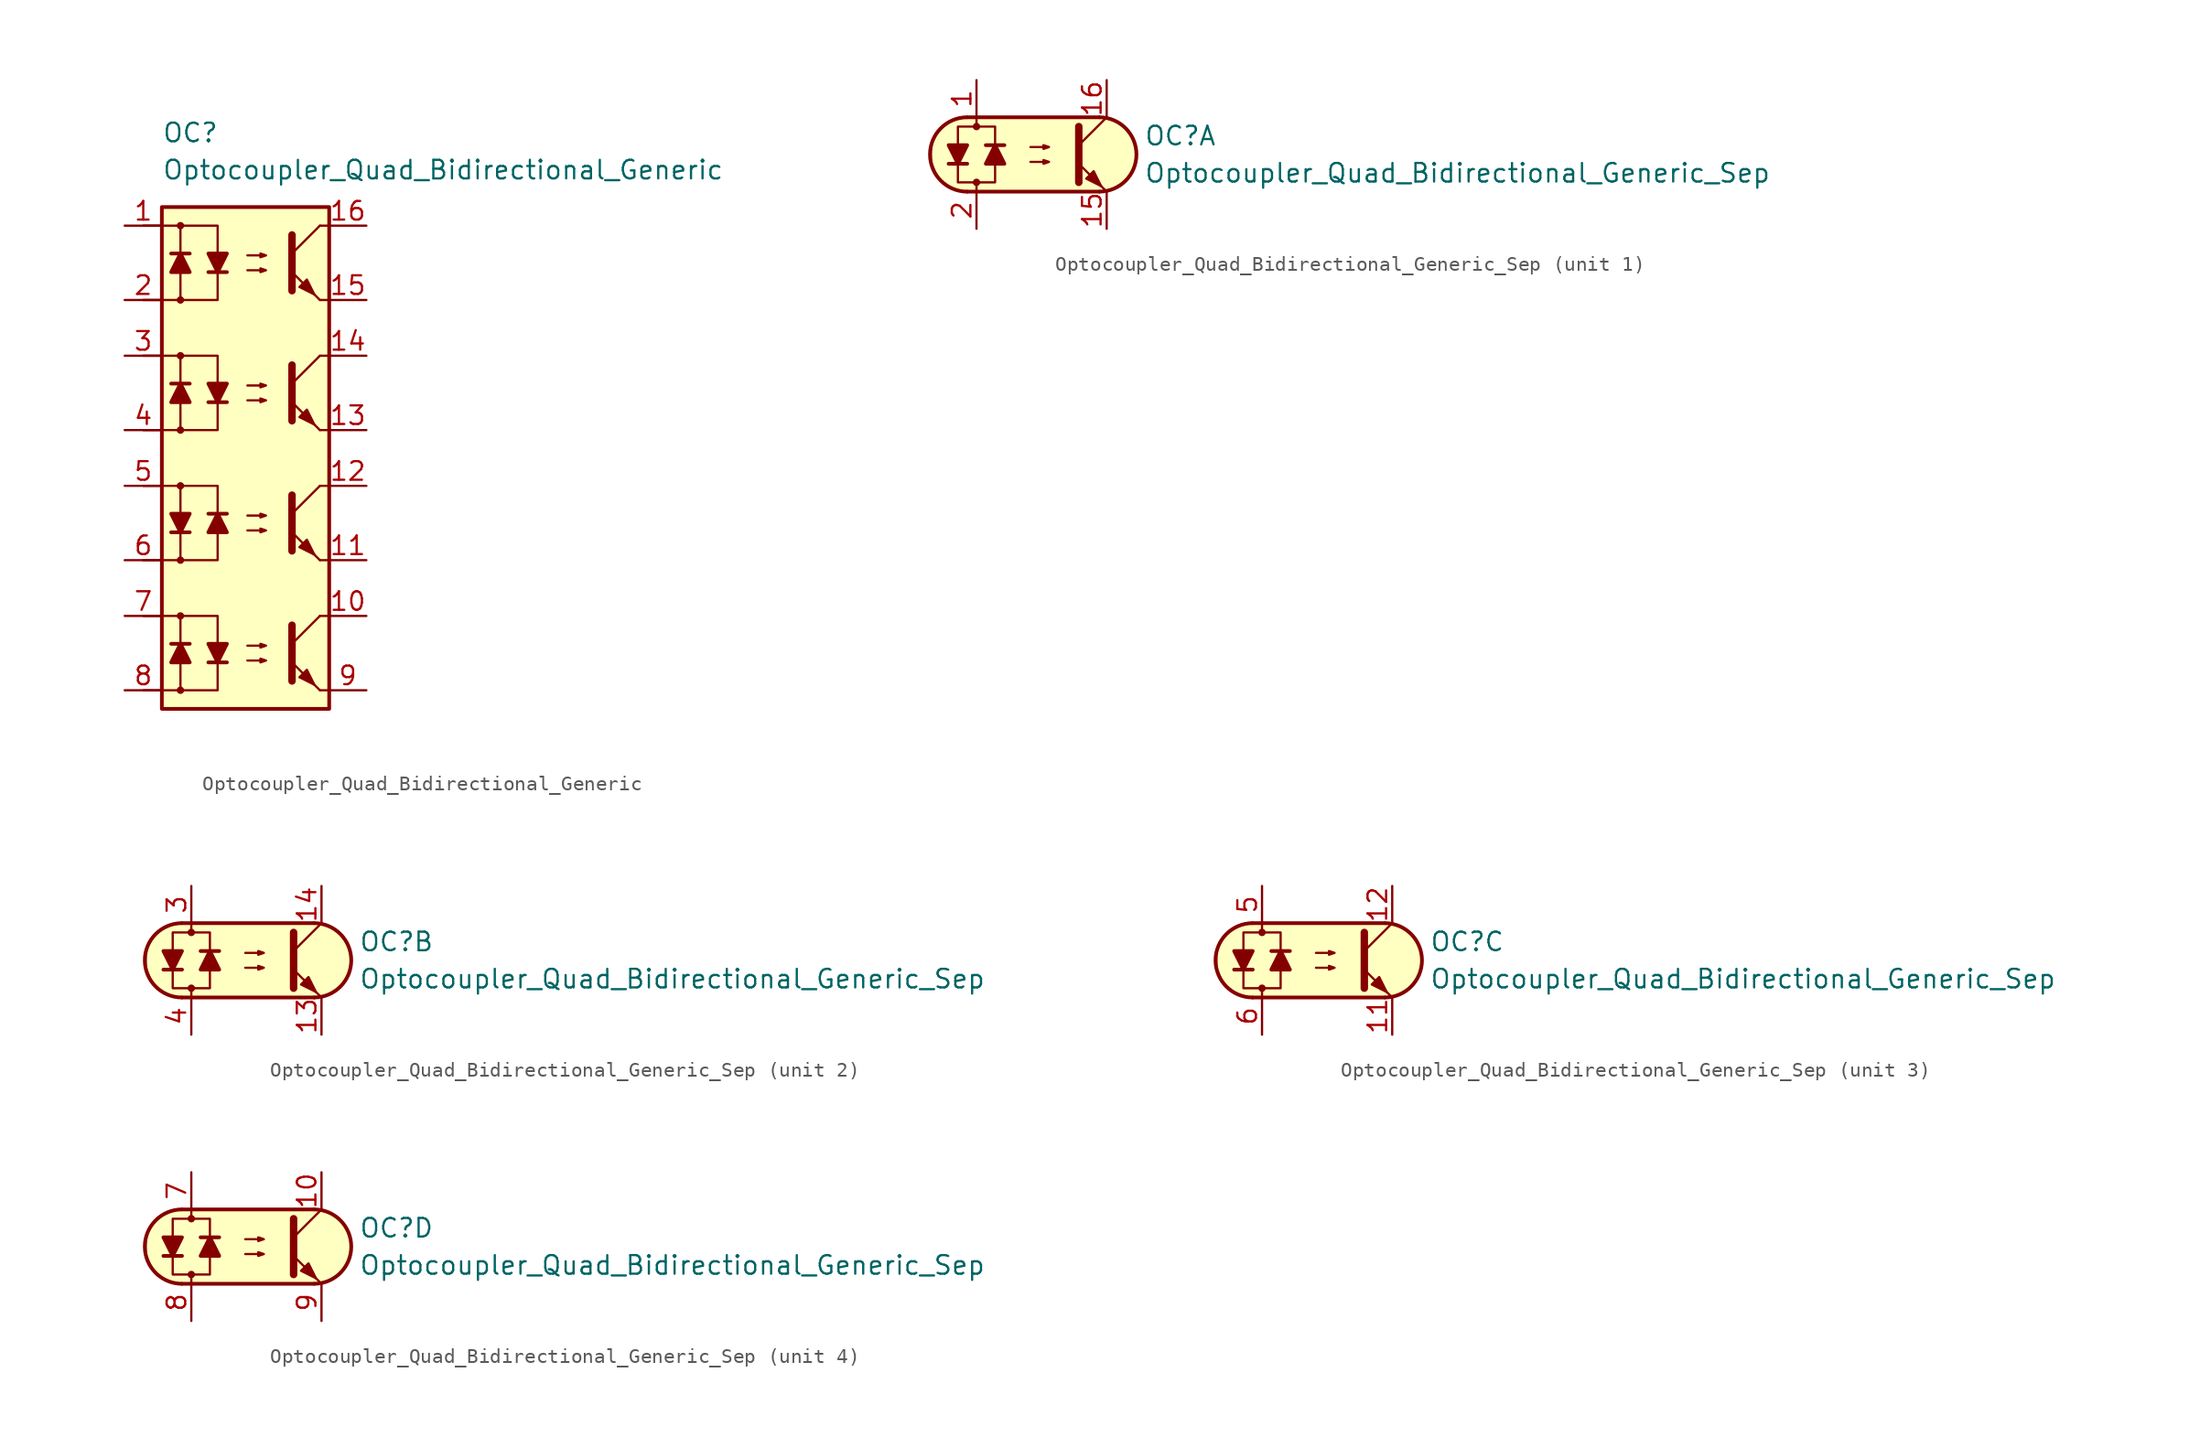
<source format=kicad_sym>
(kicad_symbol_lib
  (version 20231120)
  (generator "kicad_symbol_editor")
  (generator_version "8.0")
  (symbol "Optocoupler_Quad_Bidirectional_Generic"
    (pin_names
      (offset 1.016))
    (property "Reference" "OC"
      (at -6.35 17.78 0)
      (effects (font (size 1.27 1.27)) (justify left)))
    (property "Value" "Optocoupler_Quad_Bidirectional_Generic"
      (at -6.35 15.24 0)
      (effects (font (size 1.27 1.27)) (justify left)))
    (symbol "Optocoupler_Quad_Bidirectional_Generic_0_1"
      (rectangle (start -6.35 12.7) (end 5.08 -21.59) (stroke (width 0.254) (type default)) (fill (type background)))
      (polyline (pts (xy -3.175 8.255) (xy -1.905 8.255)) (stroke (width 0.254) (type default)) (fill (type none)))
      (polyline (pts (xy 2.54 9.525) (xy 4.445 11.43)) (stroke (width 0) (type default)) (fill (type none)))
      (polyline (pts (xy 4.445 6.35) (xy 2.54 8.255)) (stroke (width 0) (type default)) (fill (type outline)))
      (polyline (pts (xy 4.445 6.35) (xy 5.08 6.35)) (stroke (width 0) (type default)) (fill (type none)))
      (polyline (pts (xy 4.445 11.43) (xy 5.08 11.43)) (stroke (width 0) (type default)) (fill (type none)))
      (polyline (pts (xy -5.08 11.43) (xy -2.54 11.43) (xy -2.54 8.255)) (stroke (width 0) (type default)) (fill (type none)))
      (polyline (pts (xy -2.54 8.255) (xy -2.54 6.35) (xy -5.08 6.35)) (stroke (width 0) (type default)) (fill (type none)))
      (polyline (pts (xy 2.54 10.795) (xy 2.54 6.985) (xy 2.54 6.985)) (stroke (width 0.508) (type default)) (fill (type none)))
      (polyline (pts (xy -2.54 8.255) (xy -3.175 9.525) (xy -1.905 9.525) (xy -2.54 8.255)) (stroke (width 0.254) (type default)) (fill (type outline)))
      (polyline (pts (xy -0.508 8.382) (xy 0.762 8.382) (xy 0.381 8.255) (xy 0.381 8.509) (xy 0.762 8.382)) (stroke (width 0) (type default)) (fill (type none)))
      (polyline (pts (xy -0.508 9.398) (xy 0.762 9.398) (xy 0.381 9.271) (xy 0.381 9.525) (xy 0.762 9.398)) (stroke (width 0) (type default)) (fill (type none)))
      (polyline (pts (xy 3.048 7.239) (xy 3.556 7.747) (xy 4.064 6.731) (xy 3.048 7.239) (xy 3.048 7.239)) (stroke (width 0) (type default)) (fill (type outline))))
    (symbol "Optocoupler_Quad_Bidirectional_Generic_1_1"
      (circle (center -5.08 -20.32) (radius 0.178) (stroke (width 0) (type default)) (fill (type outline)))
      (circle (center -5.08 -15.24) (radius 0.178) (stroke (width 0) (type default)) (fill (type outline)))
      (circle (center -5.08 -11.43) (radius 0.178) (stroke (width 0) (type default)) (fill (type outline)))
      (circle (center -5.08 -6.35) (radius 0.178) (stroke (width 0) (type default)) (fill (type outline)))
      (circle (center -5.08 -2.54) (radius 0.178) (stroke (width 0) (type default)) (fill (type outline)))
      (circle (center -5.08 2.54) (radius 0.178) (stroke (width 0) (type default)) (fill (type outline)))
      (circle (center -5.08 6.35) (radius 0.178) (stroke (width 0) (type default)) (fill (type outline)))
      (circle (center -5.08 11.43) (radius 0.178) (stroke (width 0) (type default)) (fill (type outline)))
      (polyline (pts (xy -5.715 -9.525) (xy -4.445 -9.525)) (stroke (width 0.254) (type default)) (fill (type none)))
      (polyline (pts (xy -4.445 -17.145) (xy -5.715 -17.145)) (stroke (width 0.254) (type default)) (fill (type none)))
      (polyline (pts (xy -4.445 0.635) (xy -5.715 0.635)) (stroke (width 0.254) (type default)) (fill (type none)))
      (polyline (pts (xy -4.445 9.525) (xy -5.715 9.525)) (stroke (width 0.254) (type default)) (fill (type none)))
      (polyline (pts (xy -3.175 -18.415) (xy -1.905 -18.415)) (stroke (width 0.254) (type default)) (fill (type none)))
      (polyline (pts (xy -3.175 -0.635) (xy -1.905 -0.635)) (stroke (width 0.254) (type default)) (fill (type none)))
      (polyline (pts (xy -1.905 -8.255) (xy -3.175 -8.255)) (stroke (width 0.254) (type default)) (fill (type none)))
      (polyline (pts (xy 2.54 -17.145) (xy 4.445 -15.24)) (stroke (width 0) (type default)) (fill (type none)))
      (polyline (pts (xy 2.54 -8.255) (xy 4.445 -6.35)) (stroke (width 0) (type default)) (fill (type none)))
      (polyline (pts (xy 2.54 0.635) (xy 4.445 2.54)) (stroke (width 0) (type default)) (fill (type none)))
      (polyline (pts (xy 4.445 -20.32) (xy 2.54 -18.415)) (stroke (width 0) (type default)) (fill (type outline)))
      (polyline (pts (xy 4.445 -20.32) (xy 5.08 -20.32)) (stroke (width 0) (type default)) (fill (type none)))
      (polyline (pts (xy 4.445 -15.24) (xy 5.08 -15.24)) (stroke (width 0) (type default)) (fill (type none)))
      (polyline (pts (xy 4.445 -11.43) (xy 2.54 -9.525)) (stroke (width 0) (type default)) (fill (type outline)))
      (polyline (pts (xy 4.445 -11.43) (xy 5.08 -11.43)) (stroke (width 0) (type default)) (fill (type none)))
      (polyline (pts (xy 4.445 -6.35) (xy 5.08 -6.35)) (stroke (width 0) (type default)) (fill (type none)))
      (polyline (pts (xy 4.445 -2.54) (xy 2.54 -0.635)) (stroke (width 0) (type default)) (fill (type outline)))
      (polyline (pts (xy 4.445 -2.54) (xy 5.08 -2.54)) (stroke (width 0) (type default)) (fill (type none)))
      (polyline (pts (xy 4.445 2.54) (xy 5.08 2.54)) (stroke (width 0) (type default)) (fill (type none)))
      (polyline (pts (xy -7.62 -20.32) (xy -5.08 -20.32) (xy -5.08 -17.145)) (stroke (width 0) (type default)) (fill (type none)))
      (polyline (pts (xy -7.62 -6.35) (xy -5.08 -6.35) (xy -5.08 -9.525)) (stroke (width 0) (type default)) (fill (type none)))
      (polyline (pts (xy -7.62 -2.54) (xy -5.08 -2.54) (xy -5.08 0.635)) (stroke (width 0) (type default)) (fill (type none)))
      (polyline (pts (xy -7.62 6.35) (xy -5.08 6.35) (xy -5.08 9.525)) (stroke (width 0) (type default)) (fill (type none)))
      (polyline (pts (xy -5.08 -17.145) (xy -5.08 -15.24) (xy -7.62 -15.24)) (stroke (width 0) (type default)) (fill (type none)))
      (polyline (pts (xy -5.08 -15.24) (xy -2.54 -15.24) (xy -2.54 -18.415)) (stroke (width 0) (type default)) (fill (type none)))
      (polyline (pts (xy -5.08 -11.43) (xy -2.54 -11.43) (xy -2.54 -8.255)) (stroke (width 0) (type default)) (fill (type none)))
      (polyline (pts (xy -5.08 -9.525) (xy -5.08 -11.43) (xy -7.62 -11.43)) (stroke (width 0) (type default)) (fill (type none)))
      (polyline (pts (xy -5.08 0.635) (xy -5.08 2.54) (xy -7.62 2.54)) (stroke (width 0) (type default)) (fill (type none)))
      (polyline (pts (xy -5.08 2.54) (xy -2.54 2.54) (xy -2.54 -0.635)) (stroke (width 0) (type default)) (fill (type none)))
      (polyline (pts (xy -5.08 9.525) (xy -5.08 11.43) (xy -7.62 11.43)) (stroke (width 0) (type default)) (fill (type none)))
      (polyline (pts (xy -2.54 -18.415) (xy -2.54 -20.32) (xy -5.08 -20.32)) (stroke (width 0) (type default)) (fill (type none)))
      (polyline (pts (xy -2.54 -8.255) (xy -2.54 -6.35) (xy -5.08 -6.35)) (stroke (width 0) (type default)) (fill (type none)))
      (polyline (pts (xy -2.54 -0.635) (xy -2.54 -2.54) (xy -5.08 -2.54)) (stroke (width 0) (type default)) (fill (type none)))
      (polyline (pts (xy 2.54 -15.875) (xy 2.54 -19.685) (xy 2.54 -19.685)) (stroke (width 0.508) (type default)) (fill (type none)))
      (polyline (pts (xy 2.54 -6.985) (xy 2.54 -10.795) (xy 2.54 -10.795)) (stroke (width 0.508) (type default)) (fill (type none)))
      (polyline (pts (xy 2.54 1.905) (xy 2.54 -1.905) (xy 2.54 -1.905)) (stroke (width 0.508) (type default)) (fill (type none)))
      (polyline (pts (xy -5.08 -17.145) (xy -4.445 -18.415) (xy -5.715 -18.415) (xy -5.08 -17.145)) (stroke (width 0.254) (type default)) (fill (type outline)))
      (polyline (pts (xy -5.08 -9.525) (xy -5.715 -8.255) (xy -4.445 -8.255) (xy -5.08 -9.525)) (stroke (width 0.254) (type default)) (fill (type outline)))
      (polyline (pts (xy -5.08 0.635) (xy -4.445 -0.635) (xy -5.715 -0.635) (xy -5.08 0.635)) (stroke (width 0.254) (type default)) (fill (type outline)))
      (polyline (pts (xy -5.08 9.525) (xy -4.445 8.255) (xy -5.715 8.255) (xy -5.08 9.525)) (stroke (width 0.254) (type default)) (fill (type outline)))
      (polyline (pts (xy -2.54 -18.415) (xy -3.175 -17.145) (xy -1.905 -17.145) (xy -2.54 -18.415)) (stroke (width 0.254) (type default)) (fill (type outline)))
      (polyline (pts (xy -2.54 -8.255) (xy -1.905 -9.525) (xy -3.175 -9.525) (xy -2.54 -8.255)) (stroke (width 0.254) (type default)) (fill (type outline)))
      (polyline (pts (xy -2.54 -0.635) (xy -3.175 0.635) (xy -1.905 0.635) (xy -2.54 -0.635)) (stroke (width 0.254) (type default)) (fill (type outline)))
      (polyline (pts (xy -0.508 -18.288) (xy 0.762 -18.288) (xy 0.381 -18.415) (xy 0.381 -18.161) (xy 0.762 -18.288)) (stroke (width 0) (type default)) (fill (type none)))
      (polyline (pts (xy -0.508 -17.272) (xy 0.762 -17.272) (xy 0.381 -17.399) (xy 0.381 -17.145) (xy 0.762 -17.272)) (stroke (width 0) (type default)) (fill (type none)))
      (polyline (pts (xy -0.508 -9.398) (xy 0.762 -9.398) (xy 0.381 -9.525) (xy 0.381 -9.271) (xy 0.762 -9.398)) (stroke (width 0) (type default)) (fill (type none)))
      (polyline (pts (xy -0.508 -8.382) (xy 0.762 -8.382) (xy 0.381 -8.509) (xy 0.381 -8.255) (xy 0.762 -8.382)) (stroke (width 0) (type default)) (fill (type none)))
      (polyline (pts (xy -0.508 -0.508) (xy 0.762 -0.508) (xy 0.381 -0.635) (xy 0.381 -0.381) (xy 0.762 -0.508)) (stroke (width 0) (type default)) (fill (type none)))
      (polyline (pts (xy -0.508 0.508) (xy 0.762 0.508) (xy 0.381 0.381) (xy 0.381 0.635) (xy 0.762 0.508)) (stroke (width 0) (type default)) (fill (type none)))
      (polyline (pts (xy 3.048 -19.431) (xy 3.556 -18.923) (xy 4.064 -19.939) (xy 3.048 -19.431) (xy 3.048 -19.431)) (stroke (width 0) (type default)) (fill (type outline)))
      (polyline (pts (xy 3.048 -10.541) (xy 3.556 -10.033) (xy 4.064 -11.049) (xy 3.048 -10.541) (xy 3.048 -10.541)) (stroke (width 0) (type default)) (fill (type outline)))
      (polyline (pts (xy 3.048 -1.651) (xy 3.556 -1.143) (xy 4.064 -2.159) (xy 3.048 -1.651) (xy 3.048 -1.651)) (stroke (width 0) (type default)) (fill (type outline)))
      (pin passive line (at -8.89 11.43 0) (length 2.54) (name "~" (effects (font (size 1.27 1.27)))) (number "1" (effects (font (size 1.27 1.27)))))
      (pin passive line (at 7.62 -15.24 180) (length 2.54) (name "~" (effects (font (size 1.27 1.27)))) (number "10" (effects (font (size 1.27 1.27)))))
      (pin passive line (at 7.62 -11.43 180) (length 2.54) (name "~" (effects (font (size 1.27 1.27)))) (number "11" (effects (font (size 1.27 1.27)))))
      (pin passive line (at 7.62 -6.35 180) (length 2.54) (name "~" (effects (font (size 1.27 1.27)))) (number "12" (effects (font (size 1.27 1.27)))))
      (pin passive line (at 7.62 -2.54 180) (length 2.54) (name "~" (effects (font (size 1.27 1.27)))) (number "13" (effects (font (size 1.27 1.27)))))
      (pin passive line (at 7.62 2.54 180) (length 2.54) (name "~" (effects (font (size 1.27 1.27)))) (number "14" (effects (font (size 1.27 1.27)))))
      (pin passive line (at 7.62 6.35 180) (length 2.54) (name "~" (effects (font (size 1.27 1.27)))) (number "15" (effects (font (size 1.27 1.27)))))
      (pin passive line (at 7.62 11.43 180) (length 2.54) (name "~" (effects (font (size 1.27 1.27)))) (number "16" (effects (font (size 1.27 1.27)))))
      (pin passive line (at -8.89 6.35 0) (length 2.54) (name "~" (effects (font (size 1.27 1.27)))) (number "2" (effects (font (size 1.27 1.27)))))
      (pin passive line (at -8.89 2.54 0) (length 2.54) (name "~" (effects (font (size 1.27 1.27)))) (number "3" (effects (font (size 1.27 1.27)))))
      (pin passive line (at -8.89 -2.54 0) (length 2.54) (name "~" (effects (font (size 1.27 1.27)))) (number "4" (effects (font (size 1.27 1.27)))))
      (pin passive line (at -8.89 -6.35 0) (length 2.54) (name "~" (effects (font (size 1.27 1.27)))) (number "5" (effects (font (size 1.27 1.27)))))
      (pin passive line (at -8.89 -11.43 0) (length 2.54) (name "~" (effects (font (size 1.27 1.27)))) (number "6" (effects (font (size 1.27 1.27)))))
      (pin passive line (at -8.89 -15.24 0) (length 2.54) (name "~" (effects (font (size 1.27 1.27)))) (number "7" (effects (font (size 1.27 1.27)))))
      (pin passive line (at -8.89 -20.32 0) (length 2.54) (name "~" (effects (font (size 1.27 1.27)))) (number "8" (effects (font (size 1.27 1.27)))))
      (pin passive line (at 7.62 -20.32 180) (length 2.54) (name "~" (effects (font (size 1.27 1.27)))) (number "9" (effects (font (size 1.27 1.27)))))))
  (symbol "Optocoupler_Quad_Bidirectional_Generic_Sep"
    (pin_names
      (offset 1.016))
    (property "Reference" "OC"
      (at 7.62 1.27 0)
      (effects (font (size 1.27 1.27)) (justify left)))
    (property "Value" "Optocoupler_Quad_Bidirectional_Generic_Sep"
      (at 7.62 -1.27 0)
      (effects (font (size 1.27 1.27)) (justify left)))
    (property "ki_locked" ""
      (at 0 0 0)
      (effects (font (size 1.27 1.27))))
    (symbol "Optocoupler_Quad_Bidirectional_Generic_Sep_0_1"
      (arc (start -4.4675 2.54) (mid -6.9851 0) (end -4.4675 -2.54) (stroke (width 0.254) (type default)) (fill (type none)))
      (circle (center -3.81 -1.905) (radius 0.178) (stroke (width 0) (type default)) (fill (type outline)))
      (circle (center -3.81 1.905) (radius 0.178) (stroke (width 0) (type default)) (fill (type outline)))
      (polyline (pts (xy -5.715 -0.635) (xy -4.445 -0.635)) (stroke (width 0.254) (type default)) (fill (type none)))
      (polyline (pts (xy -4.445 2.54) (xy 4.572 2.54)) (stroke (width 0.254) (type default)) (fill (type none)))
      (polyline (pts (xy -3.81 1.905) (xy -3.81 2.54)) (stroke (width 0.152) (type default)) (fill (type none)))
      (polyline (pts (xy -1.905 0.635) (xy -3.175 0.635)) (stroke (width 0.254) (type default)) (fill (type none)))
      (polyline (pts (xy 3.175 0.635) (xy 5.08 2.54)) (stroke (width 0) (type default)) (fill (type none)))
      (polyline (pts (xy 4.572 -2.54) (xy -4.445 -2.54)) (stroke (width 0.254) (type default)) (fill (type none)))
      (polyline (pts (xy 5.08 -2.54) (xy 3.175 -0.635)) (stroke (width 0) (type default)) (fill (type outline)))
      (polyline (pts (xy 3.175 1.905) (xy 3.175 -1.905) (xy 3.175 -1.905)) (stroke (width 0.508) (type default)) (fill (type none)))
      (polyline (pts (xy -5.08 -0.635) (xy -5.715 0.635) (xy -4.445 0.635) (xy -5.08 -0.635)) (stroke (width 0.254) (type default)) (fill (type outline)))
      (polyline (pts (xy -2.54 0.635) (xy -1.905 -0.635) (xy -3.175 -0.635) (xy -2.54 0.635)) (stroke (width 0.254) (type default)) (fill (type outline)))
      (polyline (pts (xy -0.127 -0.508) (xy 1.143 -0.508) (xy 0.762 -0.635) (xy 0.762 -0.381) (xy 1.143 -0.508)) (stroke (width 0) (type default)) (fill (type none)))
      (polyline (pts (xy -0.127 0.508) (xy 1.143 0.508) (xy 0.762 0.381) (xy 0.762 0.635) (xy 1.143 0.508)) (stroke (width 0) (type default)) (fill (type none)))
      (polyline (pts (xy 3.683 -1.651) (xy 4.191 -1.143) (xy 4.699 -2.159) (xy 3.683 -1.651) (xy 3.683 -1.651)) (stroke (width 0) (type default)) (fill (type outline)))
      (polyline (pts (xy -3.81 -2.54) (xy -3.81 -1.905) (xy -5.08 -1.905) (xy -5.08 1.905) (xy -2.54 1.905) (xy -2.54 -1.905) (xy -3.81 -1.905)) (stroke (width 0.152) (type default)) (fill (type none)))
      (polyline (pts (xy -3.81 2.54) (xy 4.826 2.54) (xy 5.334 2.413) (xy 5.969 2.159) (xy 6.604 1.524) (xy 6.985 0.762) (xy 7.112 0) (xy 6.985 -0.889) (xy 6.477 -1.651) (xy 5.969 -2.159) (xy 5.334 -2.413) (xy 4.699 -2.54) (xy -5.08 -2.54) (xy -5.08 -2.54) (xy -5.842 -2.032) (xy -6.35 -1.778) (xy -6.858 -0.508) (xy -6.858 0.254) (xy -6.858 1.016) (xy -6.35 1.778) (xy -5.588 2.286) (xy -4.826 2.54) (xy -3.81 2.54)) (stroke (width 0.01) (type default)) (fill (type background)))
      (arc (start 4.5945 -2.54) (mid 7.1121 0) (end 4.5945 2.54) (stroke (width 0.254) (type default)) (fill (type none))))
    (symbol "Optocoupler_Quad_Bidirectional_Generic_Sep_1_1"
      (pin passive line (at -3.81 5.08 270) (length 2.54) (name "~" (effects (font (size 1.27 1.27)))) (number "1" (effects (font (size 1.27 1.27)))))
      (pin passive line (at 5.08 -5.08 90) (length 2.54) (name "~" (effects (font (size 1.27 1.27)))) (number "15" (effects (font (size 1.27 1.27)))))
      (pin passive line (at 5.08 5.08 270) (length 2.54) (name "~" (effects (font (size 1.27 1.27)))) (number "16" (effects (font (size 1.27 1.27)))))
      (pin passive line (at -3.81 -5.08 90) (length 2.54) (name "~" (effects (font (size 1.27 1.27)))) (number "2" (effects (font (size 1.27 1.27))))))
    (symbol "Optocoupler_Quad_Bidirectional_Generic_Sep_2_1"
      (pin passive line (at 5.08 -5.08 90) (length 2.54) (name "~" (effects (font (size 1.27 1.27)))) (number "13" (effects (font (size 1.27 1.27)))))
      (pin passive line (at 5.08 5.08 270) (length 2.54) (name "~" (effects (font (size 1.27 1.27)))) (number "14" (effects (font (size 1.27 1.27)))))
      (pin passive line (at -3.81 5.08 270) (length 2.54) (name "~" (effects (font (size 1.27 1.27)))) (number "3" (effects (font (size 1.27 1.27)))))
      (pin passive line (at -3.81 -5.08 90) (length 2.54) (name "~" (effects (font (size 1.27 1.27)))) (number "4" (effects (font (size 1.27 1.27))))))
    (symbol "Optocoupler_Quad_Bidirectional_Generic_Sep_3_1"
      (pin passive line (at 5.08 -5.08 90) (length 2.54) (name "~" (effects (font (size 1.27 1.27)))) (number "11" (effects (font (size 1.27 1.27)))))
      (pin passive line (at 5.08 5.08 270) (length 2.54) (name "~" (effects (font (size 1.27 1.27)))) (number "12" (effects (font (size 1.27 1.27)))))
      (pin passive line (at -3.81 5.08 270) (length 2.54) (name "~" (effects (font (size 1.27 1.27)))) (number "5" (effects (font (size 1.27 1.27)))))
      (pin passive line (at -3.81 -5.08 90) (length 2.54) (name "~" (effects (font (size 1.27 1.27)))) (number "6" (effects (font (size 1.27 1.27))))))
    (symbol "Optocoupler_Quad_Bidirectional_Generic_Sep_4_1"
      (pin passive line (at 5.08 5.08 270) (length 2.54) (name "~" (effects (font (size 1.27 1.27)))) (number "10" (effects (font (size 1.27 1.27)))))
      (pin passive line (at -3.81 5.08 270) (length 2.54) (name "~" (effects (font (size 1.27 1.27)))) (number "7" (effects (font (size 1.27 1.27)))))
      (pin passive line (at -3.81 -5.08 90) (length 2.54) (name "~" (effects (font (size 1.27 1.27)))) (number "8" (effects (font (size 1.27 1.27)))))
      (pin passive line (at 5.08 -5.08 90) (length 2.54) (name "~" (effects (font (size 1.27 1.27)))) (number "9" (effects (font (size 1.27 1.27))))))))
</source>
